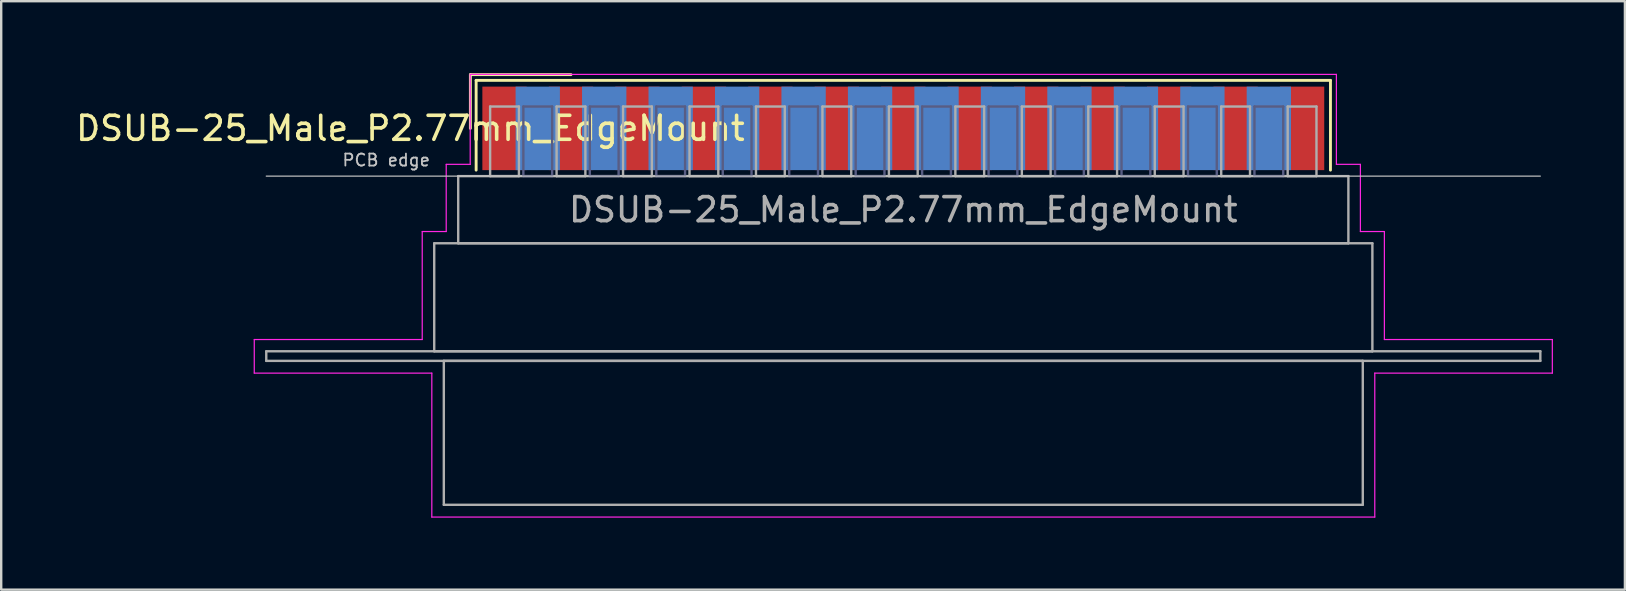
<source format=kicad_pcb>
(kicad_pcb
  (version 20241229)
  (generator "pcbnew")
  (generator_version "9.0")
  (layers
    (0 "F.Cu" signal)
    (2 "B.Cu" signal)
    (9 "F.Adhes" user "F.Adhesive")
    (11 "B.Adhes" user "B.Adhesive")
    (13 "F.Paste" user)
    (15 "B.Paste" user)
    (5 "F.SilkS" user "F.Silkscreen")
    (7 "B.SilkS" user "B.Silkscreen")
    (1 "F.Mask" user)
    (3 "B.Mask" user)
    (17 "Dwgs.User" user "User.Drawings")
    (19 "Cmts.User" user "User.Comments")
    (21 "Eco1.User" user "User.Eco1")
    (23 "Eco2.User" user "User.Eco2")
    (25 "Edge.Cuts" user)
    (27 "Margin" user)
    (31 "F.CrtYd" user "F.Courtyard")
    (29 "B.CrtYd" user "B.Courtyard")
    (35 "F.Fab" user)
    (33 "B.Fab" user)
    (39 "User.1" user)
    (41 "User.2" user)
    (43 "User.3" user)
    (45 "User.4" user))
  (footprint "DSUB-25_Male_P2.77mm_EdgeMount"
    (layer "F.Cu")
    (at 34.597 2.3)
    (property "Reference" "DSUB-25_Male_P2.77mm_EdgeMount" (at -20.543 0 0) (layer "F.SilkS") (effects (font (size 1 1) (thickness 0.15))))
    (attr smd)
    (fp_line (start -18.043 -2.24) (end -13.85 -2.24) (stroke (width 0.12) (type solid)) (layer "F.SilkS"))
    (fp_line (start -18.043 0) (end -18.043 -2.24) (stroke (width 0.12) (type solid)) (layer "F.SilkS"))
    (fp_line (start -17.803 -2) (end -17.803 1.74) (stroke (width 0.12) (type solid)) (layer "F.SilkS"))
    (fp_line (start 17.803 -2) (end -17.803 -2) (stroke (width 0.12) (type solid)) (layer "F.SilkS"))
    (fp_line (start 17.803 1.74) (end 17.803 -2) (stroke (width 0.12) (type solid)) (layer "F.SilkS"))
    (fp_line (start -26.55 1.99) (end 26.55 1.99) (stroke (width 0.05) (type solid)) (layer "Dwgs.User"))
    (fp_line (start -27.05 8.8) (end -20.05 8.8) (stroke (width 0.05) (type solid)) (layer "F.CrtYd"))
    (fp_line (start -27.05 10.2) (end -27.05 8.8) (stroke (width 0.05) (type solid)) (layer "F.CrtYd"))
    (fp_line (start -20.05 4.3) (end -19.05 4.3) (stroke (width 0.05) (type solid)) (layer "F.CrtYd"))
    (fp_line (start -20.05 8.8) (end -20.05 4.3) (stroke (width 0.05) (type solid)) (layer "F.CrtYd"))
    (fp_line (start -19.65 10.2) (end -27.05 10.2) (stroke (width 0.05) (type solid)) (layer "F.CrtYd"))
    (fp_line (start -19.65 16.2) (end -19.65 10.2) (stroke (width 0.05) (type solid)) (layer "F.CrtYd"))
    (fp_line (start -19.05 1.5) (end -18.05 1.5) (stroke (width 0.05) (type solid)) (layer "F.CrtYd"))
    (fp_line (start -19.05 4.3) (end -19.05 1.5) (stroke (width 0.05) (type solid)) (layer "F.CrtYd"))
    (fp_line (start -18.05 -2.25) (end 18.05 -2.25) (stroke (width 0.05) (type solid)) (layer "F.CrtYd"))
    (fp_line (start -18.05 1.5) (end -18.05 -2.25) (stroke (width 0.05) (type solid)) (layer "F.CrtYd"))
    (fp_line (start 18.05 -2.25) (end 18.05 1.5) (stroke (width 0.05) (type solid)) (layer "F.CrtYd"))
    (fp_line (start 18.05 1.5) (end 19.05 1.5) (stroke (width 0.05) (type solid)) (layer "F.CrtYd"))
    (fp_line (start 19.05 1.5) (end 19.05 4.3) (stroke (width 0.05) (type solid)) (layer "F.CrtYd"))
    (fp_line (start 19.05 4.3) (end 20.05 4.3) (stroke (width 0.05) (type solid)) (layer "F.CrtYd"))
    (fp_line (start 19.65 10.2) (end 19.65 16.2) (stroke (width 0.05) (type solid)) (layer "F.CrtYd"))
    (fp_line (start 19.65 16.2) (end -19.65 16.2) (stroke (width 0.05) (type solid)) (layer "F.CrtYd"))
    (fp_line (start 20.05 4.3) (end 20.05 8.8) (stroke (width 0.05) (type solid)) (layer "F.CrtYd"))
    (fp_line (start 20.05 8.8) (end 27.05 8.8) (stroke (width 0.05) (type solid)) (layer "F.CrtYd"))
    (fp_line (start 27.05 8.8) (end 27.05 10.2) (stroke (width 0.05) (type solid)) (layer "F.CrtYd"))
    (fp_line (start 27.05 10.2) (end 19.65 10.2) (stroke (width 0.05) (type solid)) (layer "F.CrtYd"))
    (fp_line (start -15.835 -0.91) (end -15.835 1.99) (stroke (width 0.1) (type solid)) (layer "B.Fab"))
    (fp_line (start -15.835 1.99) (end -14.635 1.99) (stroke (width 0.1) (type solid)) (layer "B.Fab"))
    (fp_line (start -14.635 -0.91) (end -15.835 -0.91) (stroke (width 0.1) (type solid)) (layer "B.Fab"))
    (fp_line (start -14.635 1.99) (end -14.635 -0.91) (stroke (width 0.1) (type solid)) (layer "B.Fab"))
    (fp_line (start -13.065 -0.91) (end -13.065 1.99) (stroke (width 0.1) (type solid)) (layer "B.Fab"))
    (fp_line (start -13.065 1.99) (end -11.865 1.99) (stroke (width 0.1) (type solid)) (layer "B.Fab"))
    (fp_line (start -11.865 -0.91) (end -13.065 -0.91) (stroke (width 0.1) (type solid)) (layer "B.Fab"))
    (fp_line (start -11.865 1.99) (end -11.865 -0.91) (stroke (width 0.1) (type solid)) (layer "B.Fab"))
    (fp_line (start -10.295 -0.91) (end -10.295 1.99) (stroke (width 0.1) (type solid)) (layer "B.Fab"))
    (fp_line (start -10.295 1.99) (end -9.095 1.99) (stroke (width 0.1) (type solid)) (layer "B.Fab"))
    (fp_line (start -9.095 -0.91) (end -10.295 -0.91) (stroke (width 0.1) (type solid)) (layer "B.Fab"))
    (fp_line (start -9.095 1.99) (end -9.095 -0.91) (stroke (width 0.1) (type solid)) (layer "B.Fab"))
    (fp_line (start -7.525 -0.91) (end -7.525 1.99) (stroke (width 0.1) (type solid)) (layer "B.Fab"))
    (fp_line (start -7.525 1.99) (end -6.325 1.99) (stroke (width 0.1) (type solid)) (layer "B.Fab"))
    (fp_line (start -6.325 -0.91) (end -7.525 -0.91) (stroke (width 0.1) (type solid)) (layer "B.Fab"))
    (fp_line (start -6.325 1.99) (end -6.325 -0.91) (stroke (width 0.1) (type solid)) (layer "B.Fab"))
    (fp_line (start -4.755 -0.91) (end -4.755 1.99) (stroke (width 0.1) (type solid)) (layer "B.Fab"))
    (fp_line (start -4.755 1.99) (end -3.555 1.99) (stroke (width 0.1) (type solid)) (layer "B.Fab"))
    (fp_line (start -3.555 -0.91) (end -4.755 -0.91) (stroke (width 0.1) (type solid)) (layer "B.Fab"))
    (fp_line (start -3.555 1.99) (end -3.555 -0.91) (stroke (width 0.1) (type solid)) (layer "B.Fab"))
    (fp_line (start -1.985 -0.91) (end -1.985 1.99) (stroke (width 0.1) (type solid)) (layer "B.Fab"))
    (fp_line (start -1.985 1.99) (end -0.785 1.99) (stroke (width 0.1) (type solid)) (layer "B.Fab"))
    (fp_line (start -0.785 -0.91) (end -1.985 -0.91) (stroke (width 0.1) (type solid)) (layer "B.Fab"))
    (fp_line (start -0.785 1.99) (end -0.785 -0.91) (stroke (width 0.1) (type solid)) (layer "B.Fab"))
    (fp_line (start 0.785 -0.91) (end 0.785 1.99) (stroke (width 0.1) (type solid)) (layer "B.Fab"))
    (fp_line (start 0.785 1.99) (end 1.985 1.99) (stroke (width 0.1) (type solid)) (layer "B.Fab"))
    (fp_line (start 1.985 -0.91) (end 0.785 -0.91) (stroke (width 0.1) (type solid)) (layer "B.Fab"))
    (fp_line (start 1.985 1.99) (end 1.985 -0.91) (stroke (width 0.1) (type solid)) (layer "B.Fab"))
    (fp_line (start 3.555 -0.91) (end 3.555 1.99) (stroke (width 0.1) (type solid)) (layer "B.Fab"))
    (fp_line (start 3.555 1.99) (end 4.755 1.99) (stroke (width 0.1) (type solid)) (layer "B.Fab"))
    (fp_line (start 4.755 -0.91) (end 3.555 -0.91) (stroke (width 0.1) (type solid)) (layer "B.Fab"))
    (fp_line (start 4.755 1.99) (end 4.755 -0.91) (stroke (width 0.1) (type solid)) (layer "B.Fab"))
    (fp_line (start 6.325 -0.91) (end 6.325 1.99) (stroke (width 0.1) (type solid)) (layer "B.Fab"))
    (fp_line (start 6.325 1.99) (end 7.525 1.99) (stroke (width 0.1) (type solid)) (layer "B.Fab"))
    (fp_line (start 7.525 -0.91) (end 6.325 -0.91) (stroke (width 0.1) (type solid)) (layer "B.Fab"))
    (fp_line (start 7.525 1.99) (end 7.525 -0.91) (stroke (width 0.1) (type solid)) (layer "B.Fab"))
    (fp_line (start 9.095 -0.91) (end 9.095 1.99) (stroke (width 0.1) (type solid)) (layer "B.Fab"))
    (fp_line (start 9.095 1.99) (end 10.295 1.99) (stroke (width 0.1) (type solid)) (layer "B.Fab"))
    (fp_line (start 10.295 -0.91) (end 9.095 -0.91) (stroke (width 0.1) (type solid)) (layer "B.Fab"))
    (fp_line (start 10.295 1.99) (end 10.295 -0.91) (stroke (width 0.1) (type solid)) (layer "B.Fab"))
    (fp_line (start 11.865 -0.91) (end 11.865 1.99) (stroke (width 0.1) (type solid)) (layer "B.Fab"))
    (fp_line (start 11.865 1.99) (end 13.065 1.99) (stroke (width 0.1) (type solid)) (layer "B.Fab"))
    (fp_line (start 13.065 -0.91) (end 11.865 -0.91) (stroke (width 0.1) (type solid)) (layer "B.Fab"))
    (fp_line (start 13.065 1.99) (end 13.065 -0.91) (stroke (width 0.1) (type solid)) (layer "B.Fab"))
    (fp_line (start 14.635 -0.91) (end 14.635 1.99) (stroke (width 0.1) (type solid)) (layer "B.Fab"))
    (fp_line (start 14.635 1.99) (end 15.835 1.99) (stroke (width 0.1) (type solid)) (layer "B.Fab"))
    (fp_line (start 15.835 -0.91) (end 14.635 -0.91) (stroke (width 0.1) (type solid)) (layer "B.Fab"))
    (fp_line (start 15.835 1.99) (end 15.835 -0.91) (stroke (width 0.1) (type solid)) (layer "B.Fab"))
    (fp_line (start -26.55 9.29) (end -26.55 9.69) (stroke (width 0.1) (type solid)) (layer "F.Fab"))
    (fp_line (start -26.55 9.69) (end 26.55 9.69) (stroke (width 0.1) (type solid)) (layer "F.Fab"))
    (fp_line (start -19.55 4.79) (end -19.55 9.29) (stroke (width 0.1) (type solid)) (layer "F.Fab"))
    (fp_line (start -19.55 9.29) (end 19.55 9.29) (stroke (width 0.1) (type solid)) (layer "F.Fab"))
    (fp_line (start -19.15 9.69) (end -19.15 15.69) (stroke (width 0.1) (type solid)) (layer "F.Fab"))
    (fp_line (start -19.15 15.69) (end 19.15 15.69) (stroke (width 0.1) (type solid)) (layer "F.Fab"))
    (fp_line (start -18.55 1.99) (end -18.55 4.79) (stroke (width 0.1) (type solid)) (layer "F.Fab"))
    (fp_line (start -18.55 4.79) (end 18.55 4.79) (stroke (width 0.1) (type solid)) (layer "F.Fab"))
    (fp_line (start -17.22 -0.91) (end -17.22 1.99) (stroke (width 0.1) (type solid)) (layer "F.Fab"))
    (fp_line (start -17.22 1.99) (end -16.02 1.99) (stroke (width 0.1) (type solid)) (layer "F.Fab"))
    (fp_line (start -16.02 -0.91) (end -17.22 -0.91) (stroke (width 0.1) (type solid)) (layer "F.Fab"))
    (fp_line (start -16.02 1.99) (end -16.02 -0.91) (stroke (width 0.1) (type solid)) (layer "F.Fab"))
    (fp_line (start -14.45 -0.91) (end -14.45 1.99) (stroke (width 0.1) (type solid)) (layer "F.Fab"))
    (fp_line (start -14.45 1.99) (end -13.25 1.99) (stroke (width 0.1) (type solid)) (layer "F.Fab"))
    (fp_line (start -13.25 -0.91) (end -14.45 -0.91) (stroke (width 0.1) (type solid)) (layer "F.Fab"))
    (fp_line (start -13.25 1.99) (end -13.25 -0.91) (stroke (width 0.1) (type solid)) (layer "F.Fab"))
    (fp_line (start -11.68 -0.91) (end -11.68 1.99) (stroke (width 0.1) (type solid)) (layer "F.Fab"))
    (fp_line (start -11.68 1.99) (end -10.48 1.99) (stroke (width 0.1) (type solid)) (layer "F.Fab"))
    (fp_line (start -10.48 -0.91) (end -11.68 -0.91) (stroke (width 0.1) (type solid)) (layer "F.Fab"))
    (fp_line (start -10.48 1.99) (end -10.48 -0.91) (stroke (width 0.1) (type solid)) (layer "F.Fab"))
    (fp_line (start -8.91 -0.91) (end -8.91 1.99) (stroke (width 0.1) (type solid)) (layer "F.Fab"))
    (fp_line (start -8.91 1.99) (end -7.71 1.99) (stroke (width 0.1) (type solid)) (layer "F.Fab"))
    (fp_line (start -7.71 -0.91) (end -8.91 -0.91) (stroke (width 0.1) (type solid)) (layer "F.Fab"))
    (fp_line (start -7.71 1.99) (end -7.71 -0.91) (stroke (width 0.1) (type solid)) (layer "F.Fab"))
    (fp_line (start -6.14 -0.91) (end -6.14 1.99) (stroke (width 0.1) (type solid)) (layer "F.Fab"))
    (fp_line (start -6.14 1.99) (end -4.94 1.99) (stroke (width 0.1) (type solid)) (layer "F.Fab"))
    (fp_line (start -4.94 -0.91) (end -6.14 -0.91) (stroke (width 0.1) (type solid)) (layer "F.Fab"))
    (fp_line (start -4.94 1.99) (end -4.94 -0.91) (stroke (width 0.1) (type solid)) (layer "F.Fab"))
    (fp_line (start -3.37 -0.91) (end -3.37 1.99) (stroke (width 0.1) (type solid)) (layer "F.Fab"))
    (fp_line (start -3.37 1.99) (end -2.17 1.99) (stroke (width 0.1) (type solid)) (layer "F.Fab"))
    (fp_line (start -2.17 -0.91) (end -3.37 -0.91) (stroke (width 0.1) (type solid)) (layer "F.Fab"))
    (fp_line (start -2.17 1.99) (end -2.17 -0.91) (stroke (width 0.1) (type solid)) (layer "F.Fab"))
    (fp_line (start -0.6 -0.91) (end -0.6 1.99) (stroke (width 0.1) (type solid)) (layer "F.Fab"))
    (fp_line (start -0.6 1.99) (end 0.6 1.99) (stroke (width 0.1) (type solid)) (layer "F.Fab"))
    (fp_line (start 0.6 -0.91) (end -0.6 -0.91) (stroke (width 0.1) (type solid)) (layer "F.Fab"))
    (fp_line (start 0.6 1.99) (end 0.6 -0.91) (stroke (width 0.1) (type solid)) (layer "F.Fab"))
    (fp_line (start 2.17 -0.91) (end 2.17 1.99) (stroke (width 0.1) (type solid)) (layer "F.Fab"))
    (fp_line (start 2.17 1.99) (end 3.37 1.99) (stroke (width 0.1) (type solid)) (layer "F.Fab"))
    (fp_line (start 3.37 -0.91) (end 2.17 -0.91) (stroke (width 0.1) (type solid)) (layer "F.Fab"))
    (fp_line (start 3.37 1.99) (end 3.37 -0.91) (stroke (width 0.1) (type solid)) (layer "F.Fab"))
    (fp_line (start 4.94 -0.91) (end 4.94 1.99) (stroke (width 0.1) (type solid)) (layer "F.Fab"))
    (fp_line (start 4.94 1.99) (end 6.14 1.99) (stroke (width 0.1) (type solid)) (layer "F.Fab"))
    (fp_line (start 6.14 -0.91) (end 4.94 -0.91) (stroke (width 0.1) (type solid)) (layer "F.Fab"))
    (fp_line (start 6.14 1.99) (end 6.14 -0.91) (stroke (width 0.1) (type solid)) (layer "F.Fab"))
    (fp_line (start 7.71 -0.91) (end 7.71 1.99) (stroke (width 0.1) (type solid)) (layer "F.Fab"))
    (fp_line (start 7.71 1.99) (end 8.91 1.99) (stroke (width 0.1) (type solid)) (layer "F.Fab"))
    (fp_line (start 8.91 -0.91) (end 7.71 -0.91) (stroke (width 0.1) (type solid)) (layer "F.Fab"))
    (fp_line (start 8.91 1.99) (end 8.91 -0.91) (stroke (width 0.1) (type solid)) (layer "F.Fab"))
    (fp_line (start 10.48 -0.91) (end 10.48 1.99) (stroke (width 0.1) (type solid)) (layer "F.Fab"))
    (fp_line (start 10.48 1.99) (end 11.68 1.99) (stroke (width 0.1) (type solid)) (layer "F.Fab"))
    (fp_line (start 11.68 -0.91) (end 10.48 -0.91) (stroke (width 0.1) (type solid)) (layer "F.Fab"))
    (fp_line (start 11.68 1.99) (end 11.68 -0.91) (stroke (width 0.1) (type solid)) (layer "F.Fab"))
    (fp_line (start 13.25 -0.91) (end 13.25 1.99) (stroke (width 0.1) (type solid)) (layer "F.Fab"))
    (fp_line (start 13.25 1.99) (end 14.45 1.99) (stroke (width 0.1) (type solid)) (layer "F.Fab"))
    (fp_line (start 14.45 -0.91) (end 13.25 -0.91) (stroke (width 0.1) (type solid)) (layer "F.Fab"))
    (fp_line (start 14.45 1.99) (end 14.45 -0.91) (stroke (width 0.1) (type solid)) (layer "F.Fab"))
    (fp_line (start 16.02 -0.91) (end 16.02 1.99) (stroke (width 0.1) (type solid)) (layer "F.Fab"))
    (fp_line (start 16.02 1.99) (end 17.22 1.99) (stroke (width 0.1) (type solid)) (layer "F.Fab"))
    (fp_line (start 17.22 -0.91) (end 16.02 -0.91) (stroke (width 0.1) (type solid)) (layer "F.Fab"))
    (fp_line (start 17.22 1.99) (end 17.22 -0.91) (stroke (width 0.1) (type solid)) (layer "F.Fab"))
    (fp_line (start 18.55 1.99) (end -18.55 1.99) (stroke (width 0.1) (type solid)) (layer "F.Fab"))
    (fp_line (start 18.55 4.79) (end 18.55 1.99) (stroke (width 0.1) (type solid)) (layer "F.Fab"))
    (fp_line (start 19.15 9.69) (end -19.15 9.69) (stroke (width 0.1) (type solid)) (layer "F.Fab"))
    (fp_line (start 19.15 15.69) (end 19.15 9.69) (stroke (width 0.1) (type solid)) (layer "F.Fab"))
    (fp_line (start 19.55 4.79) (end -19.55 4.79) (stroke (width 0.1) (type solid)) (layer "F.Fab"))
    (fp_line (start 19.55 9.29) (end 19.55 4.79) (stroke (width 0.1) (type solid)) (layer "F.Fab"))
    (fp_line (start 26.55 9.29) (end -26.55 9.29) (stroke (width 0.1) (type solid)) (layer "F.Fab"))
    (fp_line (start 26.55 9.69) (end 26.55 9.29) (stroke (width 0.1) (type solid)) (layer "F.Fab"))
    (fp_text user "PCB edge" (at -21.55 1.323 0) (layer "Dwgs.User") (effects (font (size 0.5 0.5) (thickness 0.075))))
    (fp_text user "${REFERENCE}" (at 0 3.39 0) (layer "F.Fab") (effects (font (size 1 1) (thickness 0.15))))
    (pad "1" smd rect (at -16.62 0) (size 1.847 3.48) (layers "F.Cu" "F.Mask" "F.Paste"))
    (pad "2" smd rect (at -13.85 0) (size 1.847 3.48) (layers "F.Cu" "F.Mask" "F.Paste"))
    (pad "3" smd rect (at -11.08 0) (size 1.847 3.48) (layers "F.Cu" "F.Mask" "F.Paste"))
    (pad "4" smd rect (at -8.31 0) (size 1.847 3.48) (layers "F.Cu" "F.Mask" "F.Paste"))
    (pad "5" smd rect (at -5.54 0) (size 1.847 3.48) (layers "F.Cu" "F.Mask" "F.Paste"))
    (pad "6" smd rect (at -2.77 0) (size 1.847 3.48) (layers "F.Cu" "F.Mask" "F.Paste"))
    (pad "7" smd rect (at 0 0) (size 1.847 3.48) (layers "F.Cu" "F.Mask" "F.Paste"))
    (pad "8" smd rect (at 2.77 0) (size 1.847 3.48) (layers "F.Cu" "F.Mask" "F.Paste"))
    (pad "9" smd rect (at 5.54 0) (size 1.847 3.48) (layers "F.Cu" "F.Mask" "F.Paste"))
    (pad "10" smd rect (at 8.31 0) (size 1.847 3.48) (layers "F.Cu" "F.Mask" "F.Paste"))
    (pad "11" smd rect (at 11.08 0) (size 1.847 3.48) (layers "F.Cu" "F.Mask" "F.Paste"))
    (pad "12" smd rect (at 13.85 0) (size 1.847 3.48) (layers "F.Cu" "F.Mask" "F.Paste"))
    (pad "13" smd rect (at 16.62 0) (size 1.847 3.48) (layers "F.Cu" "F.Mask" "F.Paste"))
    (pad "14" smd rect (at -15.235 0) (size 1.847 3.48) (layers "B.Cu" "B.Mask" "B.Paste"))
    (pad "15" smd rect (at -12.465 0) (size 1.847 3.48) (layers "B.Cu" "B.Mask" "B.Paste"))
    (pad "16" smd rect (at -9.695 0) (size 1.847 3.48) (layers "B.Cu" "B.Mask" "B.Paste"))
    (pad "17" smd rect (at -6.925 0) (size 1.847 3.48) (layers "B.Cu" "B.Mask" "B.Paste"))
    (pad "18" smd rect (at -4.155 0) (size 1.847 3.48) (layers "B.Cu" "B.Mask" "B.Paste"))
    (pad "19" smd rect (at -1.385 0) (size 1.847 3.48) (layers "B.Cu" "B.Mask" "B.Paste"))
    (pad "20" smd rect (at 1.385 0) (size 1.847 3.48) (layers "B.Cu" "B.Mask" "B.Paste"))
    (pad "21" smd rect (at 4.155 0) (size 1.847 3.48) (layers "B.Cu" "B.Mask" "B.Paste"))
    (pad "22" smd rect (at 6.925 0) (size 1.847 3.48) (layers "B.Cu" "B.Mask" "B.Paste"))
    (pad "23" smd rect (at 9.695 0) (size 1.847 3.48) (layers "B.Cu" "B.Mask" "B.Paste"))
    (pad "24" smd rect (at 12.465 0) (size 1.847 3.48) (layers "B.Cu" "B.Mask" "B.Paste"))
    (pad "25" smd rect (at 15.235 0) (size 1.847 3.48) (layers "B.Cu" "B.Mask" "B.Paste")))
  (gr_rect
    (start -3 -3)
    (end 64.672 21.525)
    (stroke (width 0.1) (type default))
    (fill no)
    (layer "Edge.Cuts")))
</source>
